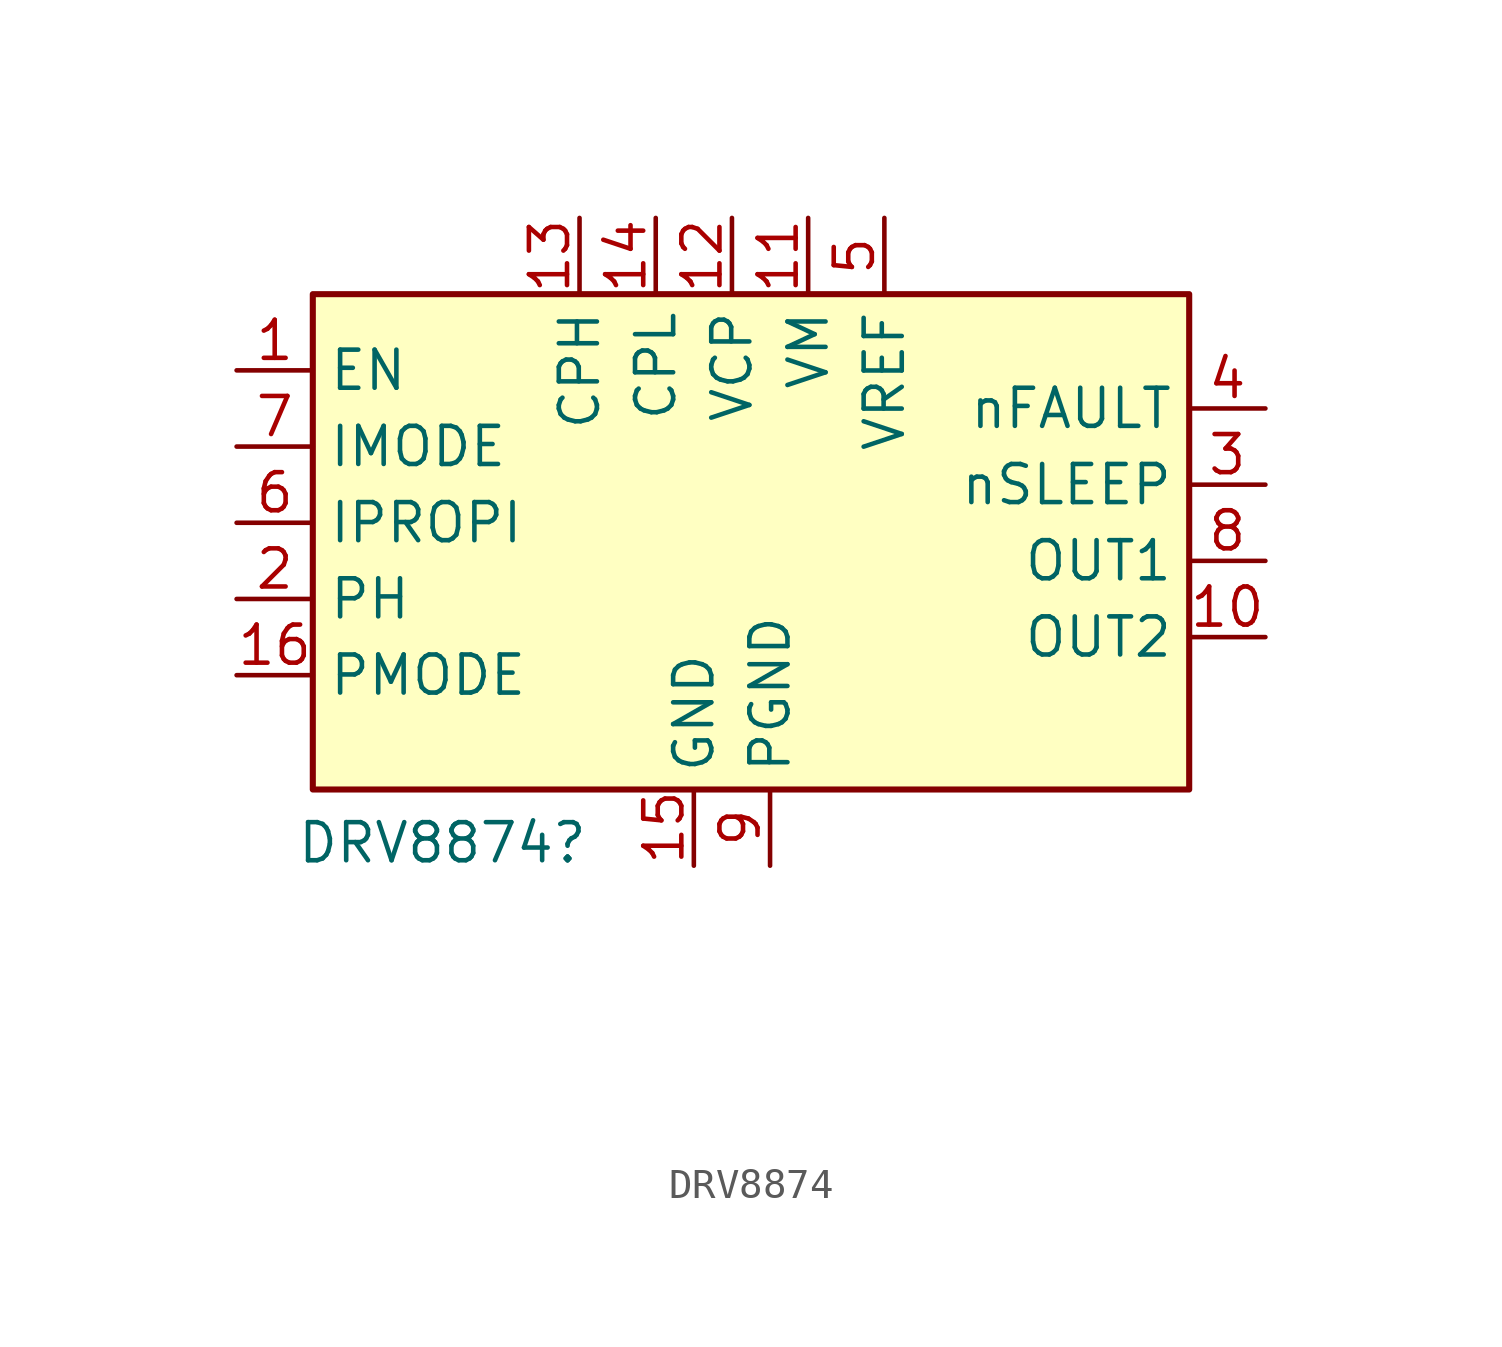
<source format=kicad_sym>
(kicad_symbol_lib
  (version 20231120)
  (generator "kicad_symbol_editor")
  (generator_version "8.0")
  (symbol "DRV8874"
    (property "Reference" "DRV8874"
      (at -10.922 -1.778 0)
      (effects (font (size 1.27 1.27))))
    (property "Value" ""
      (at -16.002 -9.144 0)
      (effects (font (size 1.27 1.27))))
    (symbol "DRV8874_1_1"
      (rectangle (start -15.24 16.51) (end 13.97 0) (stroke (width 0.203) (type default)) (fill (type background)))
      (pin input line (at -17.78 13.97 0) (length 2.54) (name "EN" (effects (font (size 1.27 1.27)))) (number "1" (effects (font (size 1.27 1.27)))))
      (pin output line (at 16.51 5.08 180) (length 2.54) (name "OUT2" (effects (font (size 1.27 1.27)))) (number "10" (effects (font (size 1.27 1.27)))))
      (pin power_in line (at 1.27 19.05 270) (length 2.54) (name "VM" (effects (font (size 1.27 1.27)))) (number "11" (effects (font (size 1.27 1.27)))))
      (pin power_in line (at -1.27 19.05 270) (length 2.54) (name "VCP" (effects (font (size 1.27 1.27)))) (number "12" (effects (font (size 1.27 1.27)))))
      (pin power_in line (at -6.35 19.05 270) (length 2.54) (name "CPH" (effects (font (size 1.27 1.27)))) (number "13" (effects (font (size 1.27 1.27)))))
      (pin power_in line (at -3.81 19.05 270) (length 2.54) (name "CPL" (effects (font (size 1.27 1.27)))) (number "14" (effects (font (size 1.27 1.27)))))
      (pin power_in line (at -2.54 -2.54 90) (length 2.54) (name "GND" (effects (font (size 1.27 1.27)))) (number "15" (effects (font (size 1.27 1.27)))))
      (pin input line (at -17.78 3.81 0) (length 2.54) (name "PMODE" (effects (font (size 1.27 1.27)))) (number "16" (effects (font (size 1.27 1.27)))))
      (pin input line (at -17.78 6.35 0) (length 2.54) (name "PH" (effects (font (size 1.27 1.27)))) (number "2" (effects (font (size 1.27 1.27)))))
      (pin input line (at 16.51 10.16 180) (length 2.54) (name "nSLEEP" (effects (font (size 1.27 1.27)))) (number "3" (effects (font (size 1.27 1.27)))))
      (pin open_collector line (at 16.51 12.7 180) (length 2.54) (name "nFAULT" (effects (font (size 1.27 1.27)))) (number "4" (effects (font (size 1.27 1.27)))))
      (pin power_in line (at 3.81 19.05 270) (length 2.54) (name "VREF" (effects (font (size 1.27 1.27)))) (number "5" (effects (font (size 1.27 1.27)))))
      (pin output line (at -17.78 8.89 0) (length 2.54) (name "IPROPI" (effects (font (size 1.27 1.27)))) (number "6" (effects (font (size 1.27 1.27)))))
      (pin input line (at -17.78 11.43 0) (length 2.54) (name "IMODE" (effects (font (size 1.27 1.27)))) (number "7" (effects (font (size 1.27 1.27)))))
      (pin output line (at 16.51 7.62 180) (length 2.54) (name "OUT1" (effects (font (size 1.27 1.27)))) (number "8" (effects (font (size 1.27 1.27)))))
      (pin power_in line (at 0 -2.54 90) (length 2.54) (name "PGND" (effects (font (size 1.27 1.27)))) (number "9" (effects (font (size 1.27 1.27))))))))
</source>
